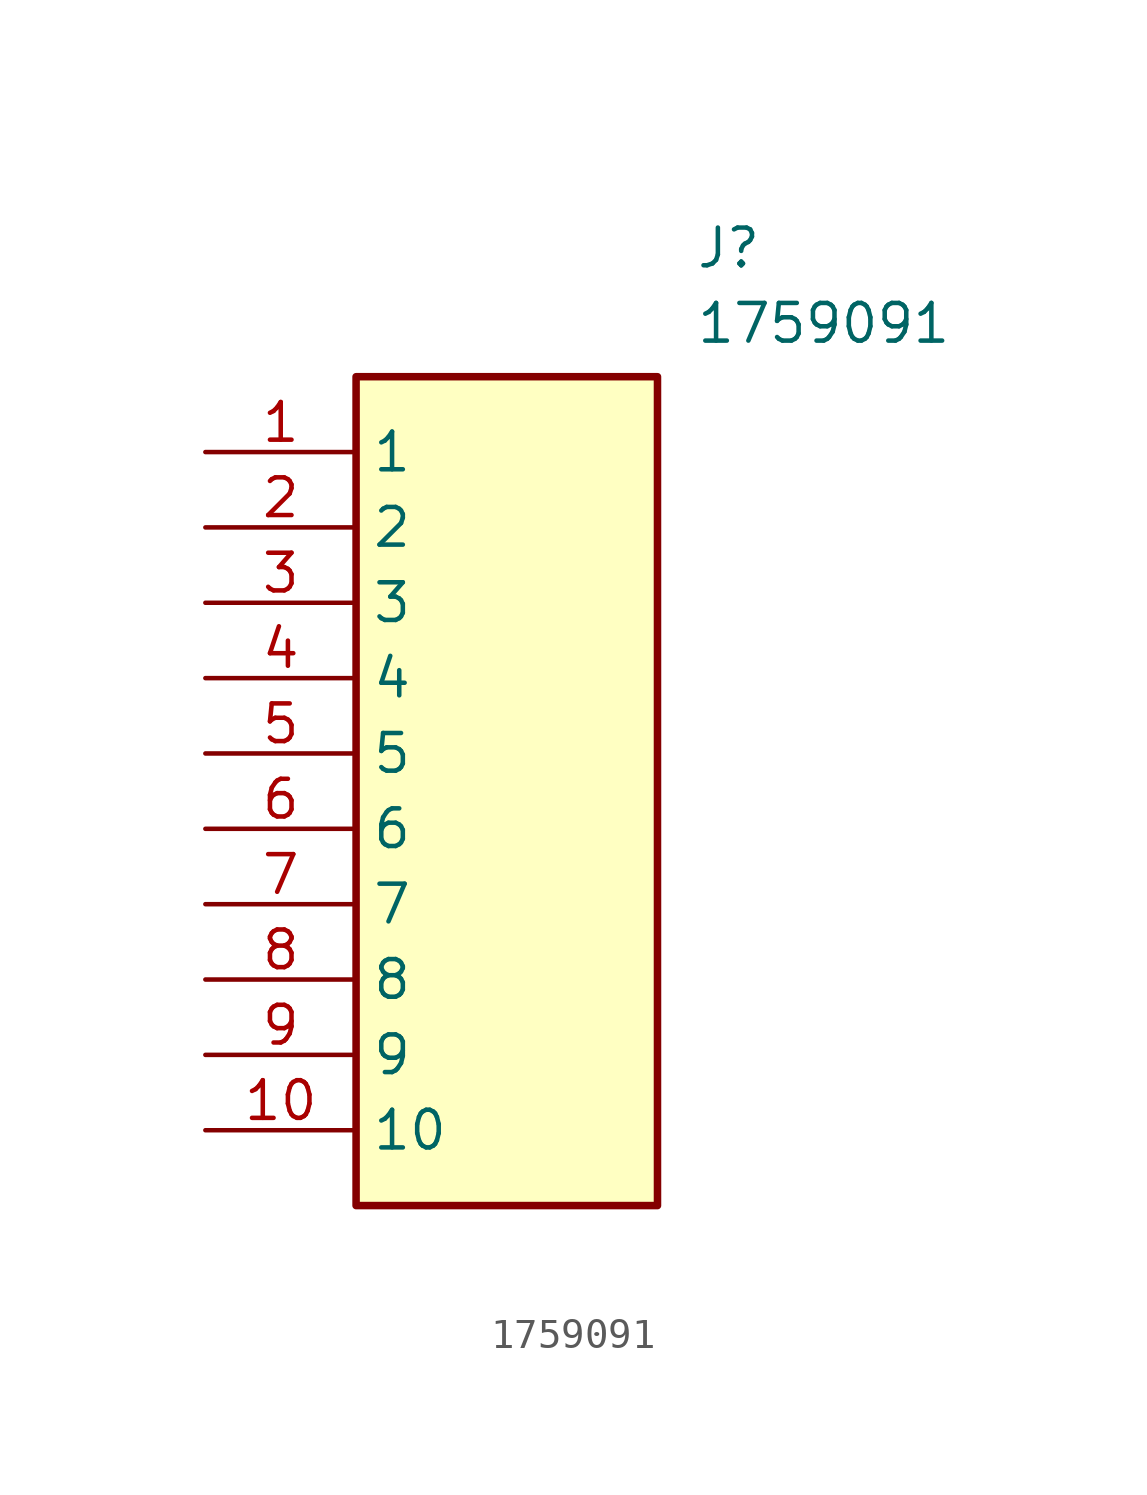
<source format=kicad_sym>
(kicad_symbol_lib
  (version 20211014)
  (generator SamacSys_ECAD_Model)
  (symbol "1759091"
    (property "Reference" "J"
      (at 16.51 7.62 0)
      (effects (font (size 1.27 1.27)) (justify left top)))
    (property "Value" "1759091"
      (at 16.51 5.08 0)
      (effects (font (size 1.27 1.27)) (justify left top)))
    (rectangle
      (start 5.08 2.54)
      (end 15.24 -25.4)
      (stroke (width 0.254) (type default))
      (fill (type background)))
    (pin passive line
      (at 0 0 0)
      (length 5.08)
      (name "1" (effects (font (size 1.27 1.27))))
      (number "1" (effects (font (size 1.27 1.27)))))
    (pin passive line
      (at 0 -2.54 0)
      (length 5.08)
      (name "2" (effects (font (size 1.27 1.27))))
      (number "2" (effects (font (size 1.27 1.27)))))
    (pin passive line
      (at 0 -5.08 0)
      (length 5.08)
      (name "3" (effects (font (size 1.27 1.27))))
      (number "3" (effects (font (size 1.27 1.27)))))
    (pin passive line
      (at 0 -7.62 0)
      (length 5.08)
      (name "4" (effects (font (size 1.27 1.27))))
      (number "4" (effects (font (size 1.27 1.27)))))
    (pin passive line
      (at 0 -10.16 0)
      (length 5.08)
      (name "5" (effects (font (size 1.27 1.27))))
      (number "5" (effects (font (size 1.27 1.27)))))
    (pin passive line
      (at 0 -12.7 0)
      (length 5.08)
      (name "6" (effects (font (size 1.27 1.27))))
      (number "6" (effects (font (size 1.27 1.27)))))
    (pin passive line
      (at 0 -15.24 0)
      (length 5.08)
      (name "7" (effects (font (size 1.27 1.27))))
      (number "7" (effects (font (size 1.27 1.27)))))
    (pin passive line
      (at 0 -17.78 0)
      (length 5.08)
      (name "8" (effects (font (size 1.27 1.27))))
      (number "8" (effects (font (size 1.27 1.27)))))
    (pin passive line
      (at 0 -20.32 0)
      (length 5.08)
      (name "9" (effects (font (size 1.27 1.27))))
      (number "9" (effects (font (size 1.27 1.27)))))
    (pin passive line
      (at 0 -22.86 0)
      (length 5.08)
      (name "10" (effects (font (size 1.27 1.27))))
      (number "10" (effects (font (size 1.27 1.27)))))))
</source>
